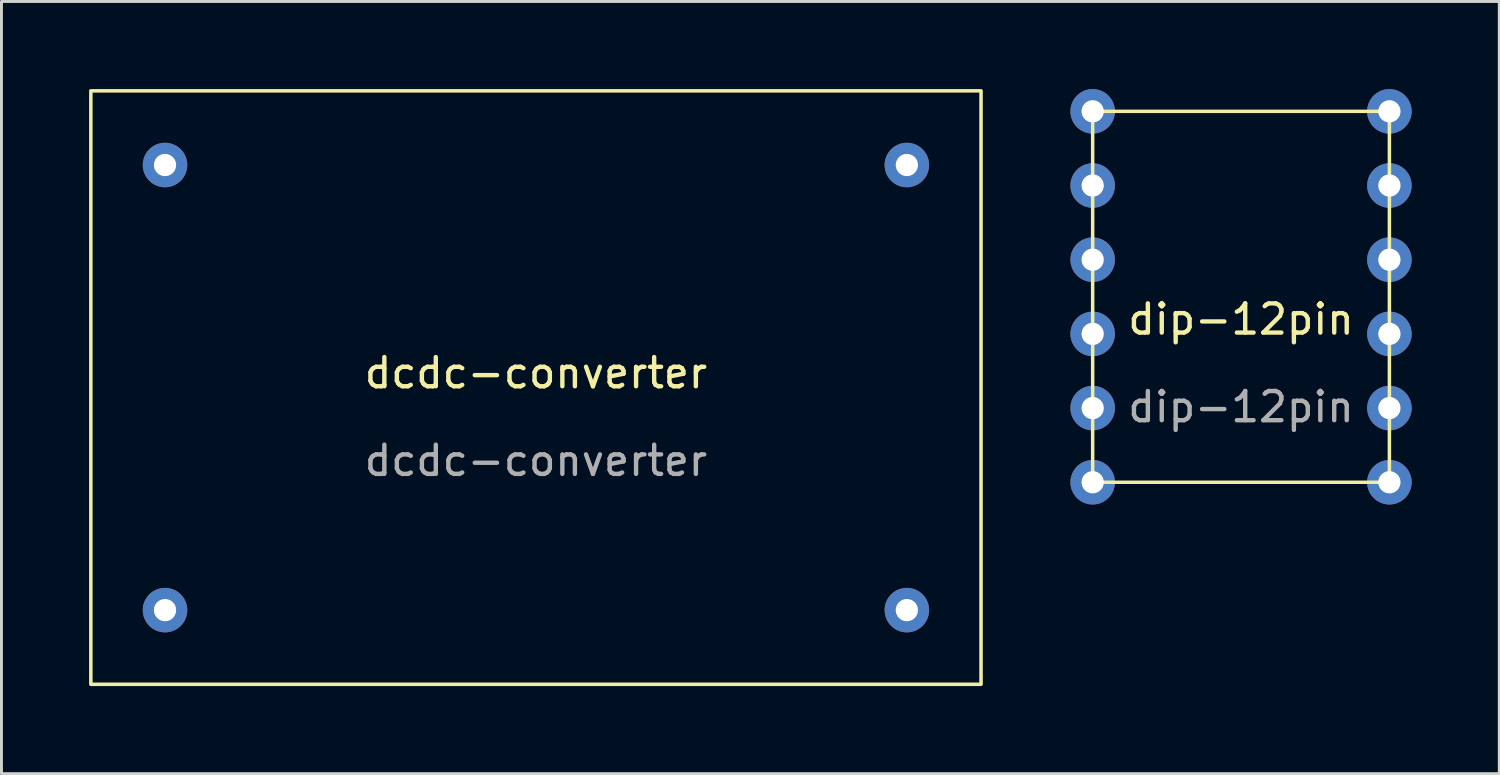
<source format=kicad_pcb>
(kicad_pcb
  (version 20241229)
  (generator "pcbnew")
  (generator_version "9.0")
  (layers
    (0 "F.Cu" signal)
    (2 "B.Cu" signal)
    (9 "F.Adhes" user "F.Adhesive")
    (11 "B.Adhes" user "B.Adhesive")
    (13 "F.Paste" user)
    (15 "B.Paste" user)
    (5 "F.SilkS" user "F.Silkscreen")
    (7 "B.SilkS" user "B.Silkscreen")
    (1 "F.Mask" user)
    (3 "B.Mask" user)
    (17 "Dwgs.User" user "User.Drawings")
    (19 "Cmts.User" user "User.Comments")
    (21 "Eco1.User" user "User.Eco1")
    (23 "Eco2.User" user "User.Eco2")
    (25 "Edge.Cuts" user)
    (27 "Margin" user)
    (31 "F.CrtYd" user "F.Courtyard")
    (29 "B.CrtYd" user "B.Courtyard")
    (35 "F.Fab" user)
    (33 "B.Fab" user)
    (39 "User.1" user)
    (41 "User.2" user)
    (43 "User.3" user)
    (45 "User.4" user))
  (footprint "dip-12pin"
    (layer "F.Cu")
    (at 39.442 8.382)
    (property "Reference" "dip-12pin" (at 0 -0.5 0) (unlocked yes) (layer "F.SilkS") (effects (font (size 1 1) (thickness 0.15))))
    (attr through_hole)
    (fp_rect (start -5.08 -7.62) (end 5.08 5.08) (stroke (width 0.12) (type solid)) (fill no) (layer "F.SilkS"))
    (fp_text user "${REFERENCE}" (at 0 2.5 0) (unlocked yes) (layer "F.Fab") (effects (font (size 1 1) (thickness 0.15))))
    (pad "1" thru_hole circle (at -5.08 -7.62) (size 1.524 1.524) (drill 0.762) (layers "*.Cu" "*.Mask"))
    (pad "2" thru_hole circle (at -5.08 -5.08) (size 1.524 1.524) (drill 0.762) (layers "*.Cu" "*.Mask"))
    (pad "3" thru_hole circle (at -5.08 -2.54) (size 1.524 1.524) (drill 0.762) (layers "*.Cu" "*.Mask"))
    (pad "4" thru_hole circle (at -5.08 0) (size 1.524 1.524) (drill 0.762) (layers "*.Cu" "*.Mask"))
    (pad "5" thru_hole circle (at -5.08 2.54) (size 1.524 1.524) (drill 0.762) (layers "*.Cu" "*.Mask"))
    (pad "6" thru_hole circle (at -5.08 5.08) (size 1.524 1.524) (drill 0.762) (layers "*.Cu" "*.Mask"))
    (pad "7" thru_hole circle (at 5.08 -7.62) (size 1.524 1.524) (drill 0.762) (layers "*.Cu" "*.Mask"))
    (pad "8" thru_hole circle (at 5.08 -5.08) (size 1.524 1.524) (drill 0.762) (layers "*.Cu" "*.Mask"))
    (pad "9" thru_hole circle (at 5.08 -2.54) (size 1.524 1.524) (drill 0.762) (layers "*.Cu" "*.Mask"))
    (pad "10" thru_hole circle (at 5.08 0) (size 1.524 1.524) (drill 0.762) (layers "*.Cu" "*.Mask"))
    (pad "11" thru_hole circle (at 5.08 2.54) (size 1.524 1.524) (drill 0.762) (layers "*.Cu" "*.Mask"))
    (pad "12" thru_hole circle (at 5.08 5.08) (size 1.524 1.524) (drill 0.762) (layers "*.Cu" "*.Mask")))
  (footprint "dcdc-converter"
    (layer "F.Cu")
    (at 15.3 10.22)
    (property "Reference" "dcdc-converter" (at 0 -0.5 0) (unlocked yes) (layer "F.SilkS") (effects (font (size 1 1) (thickness 0.15))))
    (attr through_hole)
    (fp_rect (start -15.24 -10.16) (end 15.24 10.16) (stroke (width 0.12) (type solid)) (fill no) (layer "F.SilkS"))
    (fp_text user "${REFERENCE}" (at 0 2.5 0) (unlocked yes) (layer "F.Fab") (effects (font (size 1 1) (thickness 0.15))))
    (pad "1" thru_hole circle (at -12.7 -7.62) (size 1.524 1.524) (drill 0.762) (layers "*.Cu" "*.Mask"))
    (pad "2" thru_hole circle (at -12.7 7.62) (size 1.524 1.524) (drill 0.762) (layers "*.Cu" "*.Mask"))
    (pad "3" thru_hole circle (at 12.7 -7.62) (size 1.524 1.524) (drill 0.762) (layers "*.Cu" "*.Mask"))
    (pad "4" thru_hole circle (at 12.7 7.62) (size 1.524 1.524) (drill 0.762) (layers "*.Cu" "*.Mask")))
  (gr_rect
    (start -3 -3)
    (end 48.284 23.44)
    (stroke (width 0.1) (type default))
    (fill no)
    (layer "Edge.Cuts")))
</source>
